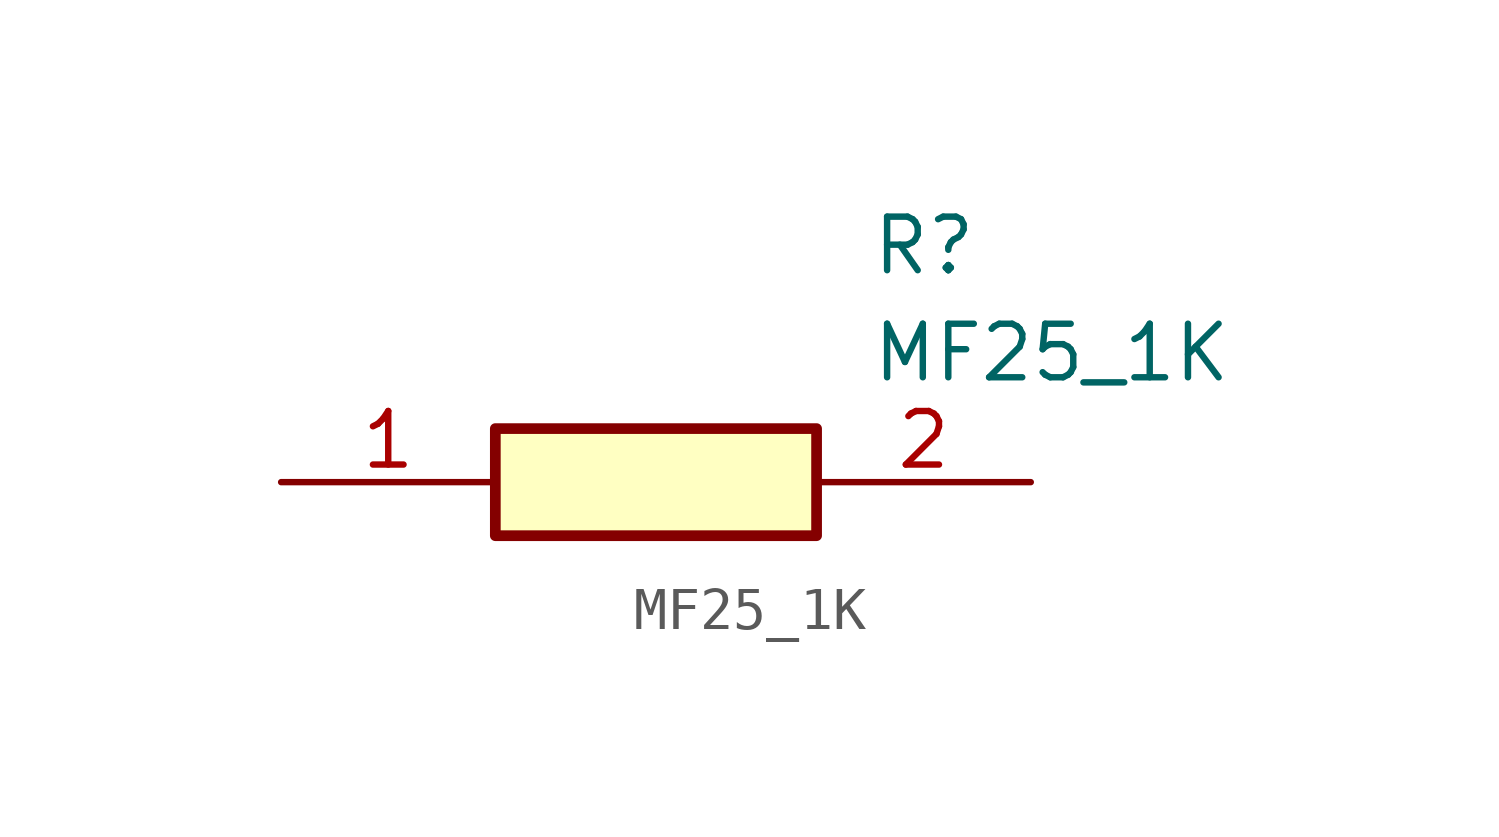
<source format=kicad_sym>
(kicad_symbol_lib
  (version 20211014)
  (generator SamacSys_ECAD_Model)
  (symbol "MF25_1K"
    (pin_names hide)
    (property "Reference" "R"
      (at 13.97 6.35 0)
      (effects (font (size 1.27 1.27)) (justify left top)))
    (property "Value" "MF25_1K"
      (at 13.97 3.81 0)
      (effects (font (size 1.27 1.27)) (justify left top)))
    (rectangle
      (start 5.08 1.27)
      (end 12.7 -1.27)
      (stroke (width 0.254) (type default))
      (fill (type background)))
    (pin passive line
      (at 0 0 0)
      (length 5.08)
      (name "1" (effects (font (size 1.27 1.27))))
      (number "1" (effects (font (size 1.27 1.27)))))
    (pin passive line
      (at 17.78 0 180)
      (length 5.08)
      (name "2" (effects (font (size 1.27 1.27))))
      (number "2" (effects (font (size 1.27 1.27)))))))
</source>
